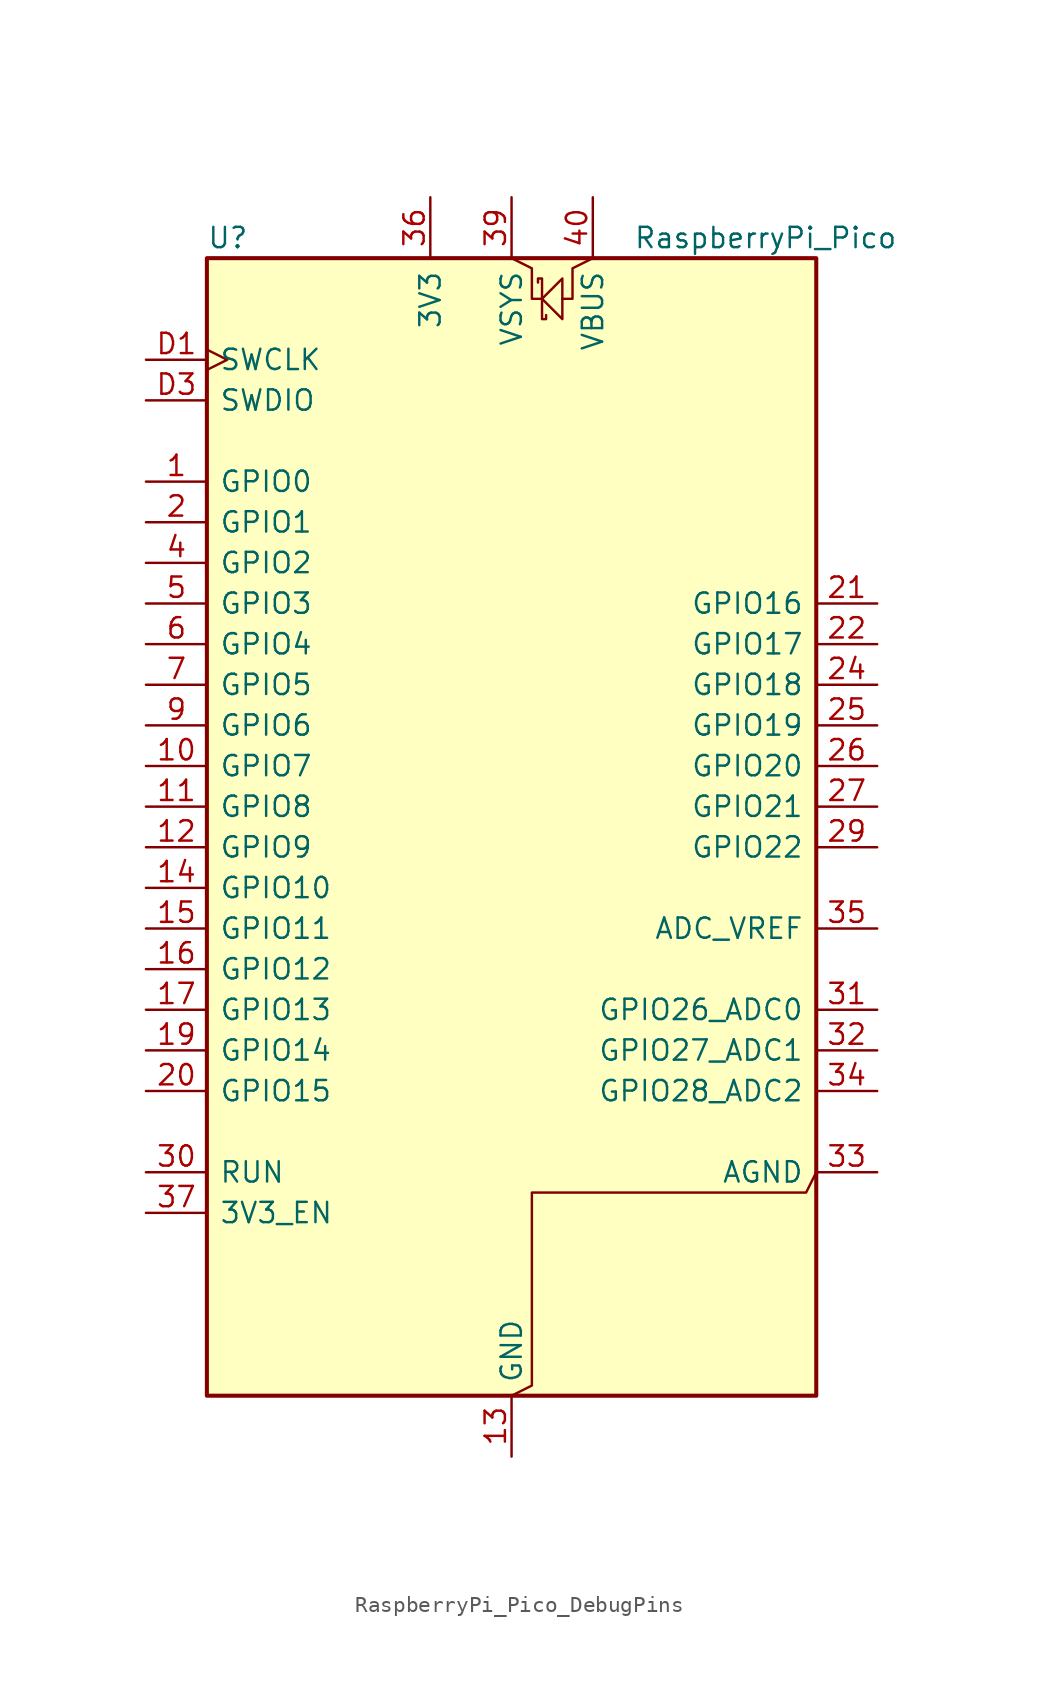
<source format=kicad_sym>
(kicad_symbol_lib
  (version 20220914)
  (generator kicad_symbol_editor)
  (symbol "RaspberryPi_Pico_DebugPins"
    (pin_names
      (offset 0.762))
    (property "Reference" "U"
      (at -19.05 38.1 0)
      (effects (font (size 1.27 1.27)) (justify left)))
    (property "Value" "RaspberryPi_Pico"
      (at 7.62 38.1 0)
      (effects (font (size 1.27 1.27)) (justify left)))
    (symbol "RaspberryPi_Pico_DebugPins_0_1"
      (rectangle (start -19.05 36.83) (end 19.05 -34.29) (stroke (width 0.254) (type default)) (fill (type background)))
      (polyline (pts (xy 0 36.83) (xy 1.27 36.195) (xy 1.27 34.29) (xy 1.905 34.29)) (stroke (width 0) (type default)) (fill (type none)))
      (polyline (pts (xy 1.905 34.29) (xy 3.175 35.56) (xy 3.175 33.02) (xy 1.905 34.29)) (stroke (width 0) (type default)) (fill (type none)))
      (polyline (pts (xy 5.08 36.83) (xy 3.81 36.195) (xy 3.81 34.29) (xy 3.175 34.29)) (stroke (width 0) (type default)) (fill (type none)))
      (polyline (pts (xy 0 -34.29) (xy 1.27 -33.655) (xy 1.27 -21.59) (xy 18.415 -21.59) (xy 19.05 -20.32)) (stroke (width 0) (type default)) (fill (type none)))
      (polyline (pts (xy 1.651 35.306) (xy 1.651 35.56) (xy 1.905 35.56) (xy 1.905 33.02) (xy 2.159 33.02) (xy 2.159 33.274)) (stroke (width 0) (type default)) (fill (type none))))
    (symbol "RaspberryPi_Pico_DebugPins_1_1"
      (pin bidirectional line (at -22.86 22.86 0) (length 3.81) (name "GPIO0" (effects (font (size 1.27 1.27)))) (number "1" (effects (font (size 1.27 1.27)))) (alternate "I2C0_SDA" bidirectional line) (alternate "PWM0_A" output line) (alternate "SPI0_RX" input line) (alternate "UART0_TX" output line) (alternate "USB_OVCUR_DET" input line))
      (pin bidirectional line (at -22.86 5.08 0) (length 3.81) (name "GPIO7" (effects (font (size 1.27 1.27)))) (number "10" (effects (font (size 1.27 1.27)))) (alternate "I2C1_SCL" bidirectional clock) (alternate "PWM3_B" bidirectional line) (alternate "SPI0_TX" output line) (alternate "UART1_RTS" output line) (alternate "USB_VBUS_DET" input line))
      (pin bidirectional line (at -22.86 2.54 0) (length 3.81) (name "GPIO8" (effects (font (size 1.27 1.27)))) (number "11" (effects (font (size 1.27 1.27)))) (alternate "I2C0_SDA" bidirectional line) (alternate "PWM4_A" output line) (alternate "SPI1_RX" input line) (alternate "UART1_TX" output line) (alternate "USB_VBUS_EN" output line))
      (pin bidirectional line (at -22.86 0 0) (length 3.81) (name "GPIO9" (effects (font (size 1.27 1.27)))) (number "12" (effects (font (size 1.27 1.27)))) (alternate "I2C0_SCL" bidirectional clock) (alternate "PWM4_B" bidirectional line) (alternate "UART1_RX" input line) (alternate "USB_OVCUR_DET" input line) (alternate "~{SPI1_CSn}" bidirectional line))
      (pin power_out line (at 0 -38.1 90) (length 3.81) (name "GND" (effects (font (size 1.27 1.27)))) (number "13" (effects (font (size 1.27 1.27)))) (alternate "GND_IN" power_in line))
      (pin bidirectional line (at -22.86 -2.54 0) (length 3.81) (name "GPIO10" (effects (font (size 1.27 1.27)))) (number "14" (effects (font (size 1.27 1.27)))) (alternate "I2C1_SDA" bidirectional line) (alternate "PWM5_A" output line) (alternate "SPI1_SCK" bidirectional clock) (alternate "UART1_CTS" input line) (alternate "USB_VBUS_DET" input line))
      (pin bidirectional line (at -22.86 -5.08 0) (length 3.81) (name "GPIO11" (effects (font (size 1.27 1.27)))) (number "15" (effects (font (size 1.27 1.27)))) (alternate "I2C1_SCL" bidirectional clock) (alternate "PWM5_B" bidirectional line) (alternate "SPI1_TX" output line) (alternate "UART1_RTS" output line) (alternate "USB_VBUS_EN" output line))
      (pin bidirectional line (at -22.86 -7.62 0) (length 3.81) (name "GPIO12" (effects (font (size 1.27 1.27)))) (number "16" (effects (font (size 1.27 1.27)))) (alternate "I2C0_SDA" bidirectional line) (alternate "PWM6_A" output line) (alternate "SPI1_RX" input line) (alternate "UART0_TX" output line) (alternate "USB_OVCUR_DET" input line))
      (pin bidirectional line (at -22.86 -10.16 0) (length 3.81) (name "GPIO13" (effects (font (size 1.27 1.27)))) (number "17" (effects (font (size 1.27 1.27)))) (alternate "I2C0_SCL" bidirectional clock) (alternate "PWM6_B" bidirectional line) (alternate "UART0_RX" input line) (alternate "USB_VBUS_DET" input line) (alternate "~{SPI1_CSn}" bidirectional line))
      (pin passive line (at 0 -38.1 90) (length 3.81) hide (name "GND" (effects (font (size 1.27 1.27)))) (number "18" (effects (font (size 1.27 1.27)))))
      (pin bidirectional line (at -22.86 -12.7 0) (length 3.81) (name "GPIO14" (effects (font (size 1.27 1.27)))) (number "19" (effects (font (size 1.27 1.27)))) (alternate "I2C1_SDA" bidirectional line) (alternate "PWM7_A" output line) (alternate "SPI1_SCK" bidirectional clock) (alternate "UART0_CTS" input line) (alternate "USB_VBUS_EN" output line))
      (pin bidirectional line (at -22.86 20.32 0) (length 3.81) (name "GPIO1" (effects (font (size 1.27 1.27)))) (number "2" (effects (font (size 1.27 1.27)))) (alternate "I2C0_SCL" bidirectional clock) (alternate "PWM0_B" bidirectional line) (alternate "UART0_RX" input line) (alternate "USB_VBUS_DET" passive line) (alternate "~{SPI0_CSn}" bidirectional line))
      (pin bidirectional line (at -22.86 -15.24 0) (length 3.81) (name "GPIO15" (effects (font (size 1.27 1.27)))) (number "20" (effects (font (size 1.27 1.27)))) (alternate "I2C1_SCL" bidirectional clock) (alternate "PWM7_B" bidirectional line) (alternate "SPI1_TX" output line) (alternate "UART0_RTS" output line) (alternate "USB_OVCUR_DET" input line))
      (pin bidirectional line (at 22.86 15.24 180) (length 3.81) (name "GPIO16" (effects (font (size 1.27 1.27)))) (number "21" (effects (font (size 1.27 1.27)))) (alternate "I2C0_SDA" bidirectional line) (alternate "PWM0_A" output line) (alternate "SPI0_RX" input line) (alternate "UART0_TX" output line) (alternate "USB_VBUS_DET" input line))
      (pin bidirectional line (at 22.86 12.7 180) (length 3.81) (name "GPIO17" (effects (font (size 1.27 1.27)))) (number "22" (effects (font (size 1.27 1.27)))) (alternate "I2C0_SCL" bidirectional clock) (alternate "PWM0_B" bidirectional line) (alternate "UART0_RX" input line) (alternate "USB_VBUS_EN" output line) (alternate "~{SPI0_CSn}" bidirectional line))
      (pin passive line (at 0 -38.1 90) (length 3.81) hide (name "GND" (effects (font (size 1.27 1.27)))) (number "23" (effects (font (size 1.27 1.27)))))
      (pin bidirectional line (at 22.86 10.16 180) (length 3.81) (name "GPIO18" (effects (font (size 1.27 1.27)))) (number "24" (effects (font (size 1.27 1.27)))) (alternate "I2C1_SDA" bidirectional line) (alternate "PWM1_A" output line) (alternate "SPI0_SCK" bidirectional clock) (alternate "UART0_CTS" input line) (alternate "USB_OVCUR_DET" input line))
      (pin bidirectional line (at 22.86 7.62 180) (length 3.81) (name "GPIO19" (effects (font (size 1.27 1.27)))) (number "25" (effects (font (size 1.27 1.27)))) (alternate "I2C1_SCL" bidirectional clock) (alternate "PWM1_B" bidirectional line) (alternate "SPI0_TX" output line) (alternate "UART0_RTS" output line) (alternate "USB_VBUS_DET" input line))
      (pin bidirectional line (at 22.86 5.08 180) (length 3.81) (name "GPIO20" (effects (font (size 1.27 1.27)))) (number "26" (effects (font (size 1.27 1.27)))) (alternate "CLOCK_GPIN0" input clock) (alternate "I2C0_SDA" bidirectional line) (alternate "PWM2_A" output line) (alternate "SPI0_RX" input line) (alternate "UART1_TX" output line) (alternate "USB_VBUS_EN" output line))
      (pin bidirectional line (at 22.86 2.54 180) (length 3.81) (name "GPIO21" (effects (font (size 1.27 1.27)))) (number "27" (effects (font (size 1.27 1.27)))) (alternate "CLOCK_GPOUT0" output clock) (alternate "I2C0_SCL" bidirectional clock) (alternate "PWM2_B" bidirectional line) (alternate "UART1_RX" input line) (alternate "USB_OVCUR_DET" input line) (alternate "~{SPI0_CSn}" bidirectional line))
      (pin passive line (at 0 -38.1 90) (length 3.81) hide (name "GND" (effects (font (size 1.27 1.27)))) (number "28" (effects (font (size 1.27 1.27)))))
      (pin bidirectional line (at 22.86 0 180) (length 3.81) (name "GPIO22" (effects (font (size 1.27 1.27)))) (number "29" (effects (font (size 1.27 1.27)))) (alternate "CLOCK_GPIN1" input clock) (alternate "I2C1_SDA" bidirectional line) (alternate "PWM3_A" output line) (alternate "SPI0_SCK" bidirectional clock) (alternate "UART1_CTS" input line) (alternate "USB_VBUS_DET" input line))
      (pin passive line (at 0 -38.1 90) (length 3.81) hide (name "GND" (effects (font (size 1.27 1.27)))) (number "3" (effects (font (size 1.27 1.27)))))
      (pin input line (at -22.86 -20.32 0) (length 3.81) (name "RUN" (effects (font (size 1.27 1.27)))) (number "30" (effects (font (size 1.27 1.27)))) (alternate "~{RESET}" input line))
      (pin bidirectional line (at 22.86 -10.16 180) (length 3.81) (name "GPIO26_ADC0" (effects (font (size 1.27 1.27)))) (number "31" (effects (font (size 1.27 1.27)))) (alternate "ADC0" input line) (alternate "GPIO26" bidirectional line) (alternate "I2C1_SDA" bidirectional line) (alternate "PWM5_A" output line) (alternate "SPI1_SCK" bidirectional clock) (alternate "UART1_CTS" input line) (alternate "USB_VBUS_EN" output line))
      (pin bidirectional line (at 22.86 -12.7 180) (length 3.81) (name "GPIO27_ADC1" (effects (font (size 1.27 1.27)))) (number "32" (effects (font (size 1.27 1.27)))) (alternate "ADC1" input line) (alternate "GPIO27" bidirectional line) (alternate "I2C1_SCL" bidirectional clock) (alternate "PWM5_B" bidirectional line) (alternate "SPI1_TX" output line) (alternate "UART1_RTS" output line) (alternate "USB_OVCUR_DET" input line))
      (pin power_out line (at 22.86 -20.32 180) (length 3.81) (name "AGND" (effects (font (size 1.27 1.27)))) (number "33" (effects (font (size 1.27 1.27)))) (alternate "AGND_IN" power_in line) (alternate "GND" power_out line) (alternate "GND_IN" power_in line))
      (pin bidirectional line (at 22.86 -15.24 180) (length 3.81) (name "GPIO28_ADC2" (effects (font (size 1.27 1.27)))) (number "34" (effects (font (size 1.27 1.27)))) (alternate "ADC2" input line) (alternate "GPIO28" bidirectional line) (alternate "I2C0_SDA" bidirectional line) (alternate "PWM6_A" output line) (alternate "SPI1_RX" input line) (alternate "UART0_TX" output line) (alternate "USB_VBUS_DET" input line))
      (pin input line (at 22.86 -5.08 180) (length 3.81) (name "ADC_VREF" (effects (font (size 1.27 1.27)))) (number "35" (effects (font (size 1.27 1.27)))) (alternate "ADC_VREF_POW" power_in line))
      (pin power_out line (at -5.08 40.64 270) (length 3.81) (name "3V3" (effects (font (size 1.27 1.27)))) (number "36" (effects (font (size 1.27 1.27)))))
      (pin input line (at -22.86 -22.86 0) (length 3.81) (name "3V3_EN" (effects (font (size 1.27 1.27)))) (number "37" (effects (font (size 1.27 1.27)))) (alternate "~{3V3_DISABLE}" input line))
      (pin passive line (at 0 -38.1 90) (length 3.81) hide (name "GND" (effects (font (size 1.27 1.27)))) (number "38" (effects (font (size 1.27 1.27)))))
      (pin power_in line (at 0 40.64 270) (length 3.81) (name "VSYS" (effects (font (size 1.27 1.27)))) (number "39" (effects (font (size 1.27 1.27)))) (alternate "VSYS_OUT" power_out line))
      (pin bidirectional line (at -22.86 17.78 0) (length 3.81) (name "GPIO2" (effects (font (size 1.27 1.27)))) (number "4" (effects (font (size 1.27 1.27)))) (alternate "I2C1_SDA" bidirectional line) (alternate "PWM1_A" output line) (alternate "SPI0_SCK" bidirectional clock) (alternate "UART0_CTS" input line) (alternate "USB_VBUS_DET" input line))
      (pin power_out line (at 5.08 40.64 270) (length 3.81) (name "VBUS" (effects (font (size 1.27 1.27)))) (number "40" (effects (font (size 1.27 1.27)))) (alternate "VBUS_HOST" power_in line))
      (pin bidirectional line (at -22.86 15.24 0) (length 3.81) (name "GPIO3" (effects (font (size 1.27 1.27)))) (number "5" (effects (font (size 1.27 1.27)))) (alternate "I2C1_SCL" bidirectional clock) (alternate "PWM1_B" bidirectional line) (alternate "SPI0_TX" output line) (alternate "UART0_RTS" output line) (alternate "USB_OVCUR_DET" input line))
      (pin bidirectional line (at -22.86 12.7 0) (length 3.81) (name "GPIO4" (effects (font (size 1.27 1.27)))) (number "6" (effects (font (size 1.27 1.27)))) (alternate "I2C0_SDA" bidirectional line) (alternate "PWM2_A" output line) (alternate "SPI0_RX" input line) (alternate "UART1_TX" output line) (alternate "USB_VBUS_DET" input line))
      (pin bidirectional line (at -22.86 10.16 0) (length 3.81) (name "GPIO5" (effects (font (size 1.27 1.27)))) (number "7" (effects (font (size 1.27 1.27)))) (alternate "I2C0_SCL" bidirectional clock) (alternate "PWM2_B" bidirectional line) (alternate "UART1_RX" input line) (alternate "USB_VBUS_EN" output line) (alternate "~{SPI0_CSn}" bidirectional line))
      (pin passive line (at 0 -38.1 90) (length 3.81) hide (name "GND" (effects (font (size 1.27 1.27)))) (number "8" (effects (font (size 1.27 1.27)))))
      (pin bidirectional line (at -22.86 7.62 0) (length 3.81) (name "GPIO6" (effects (font (size 1.27 1.27)))) (number "9" (effects (font (size 1.27 1.27)))) (alternate "I2C1_SDA" bidirectional line) (alternate "PWM3_A" output line) (alternate "SPI0_SCK" bidirectional clock) (alternate "UART1_CTS" input line) (alternate "USB_OVCUR_DET" input line))
      (pin input clock (at -22.86 30.48 0) (length 3.81) (name "SWCLK" (effects (font (size 1.27 1.27)))) (number "D1" (effects (font (size 1.27 1.27)))))
      (pin passive line (at 0 -38.1 90) (length 3.81) hide (name "GND" (effects (font (size 1.27 1.27)))) (number "D2" (effects (font (size 1.27 1.27)))))
      (pin bidirectional line (at -22.86 27.94 0) (length 3.81) (name "SWDIO" (effects (font (size 1.27 1.27)))) (number "D3" (effects (font (size 1.27 1.27))))))))
</source>
